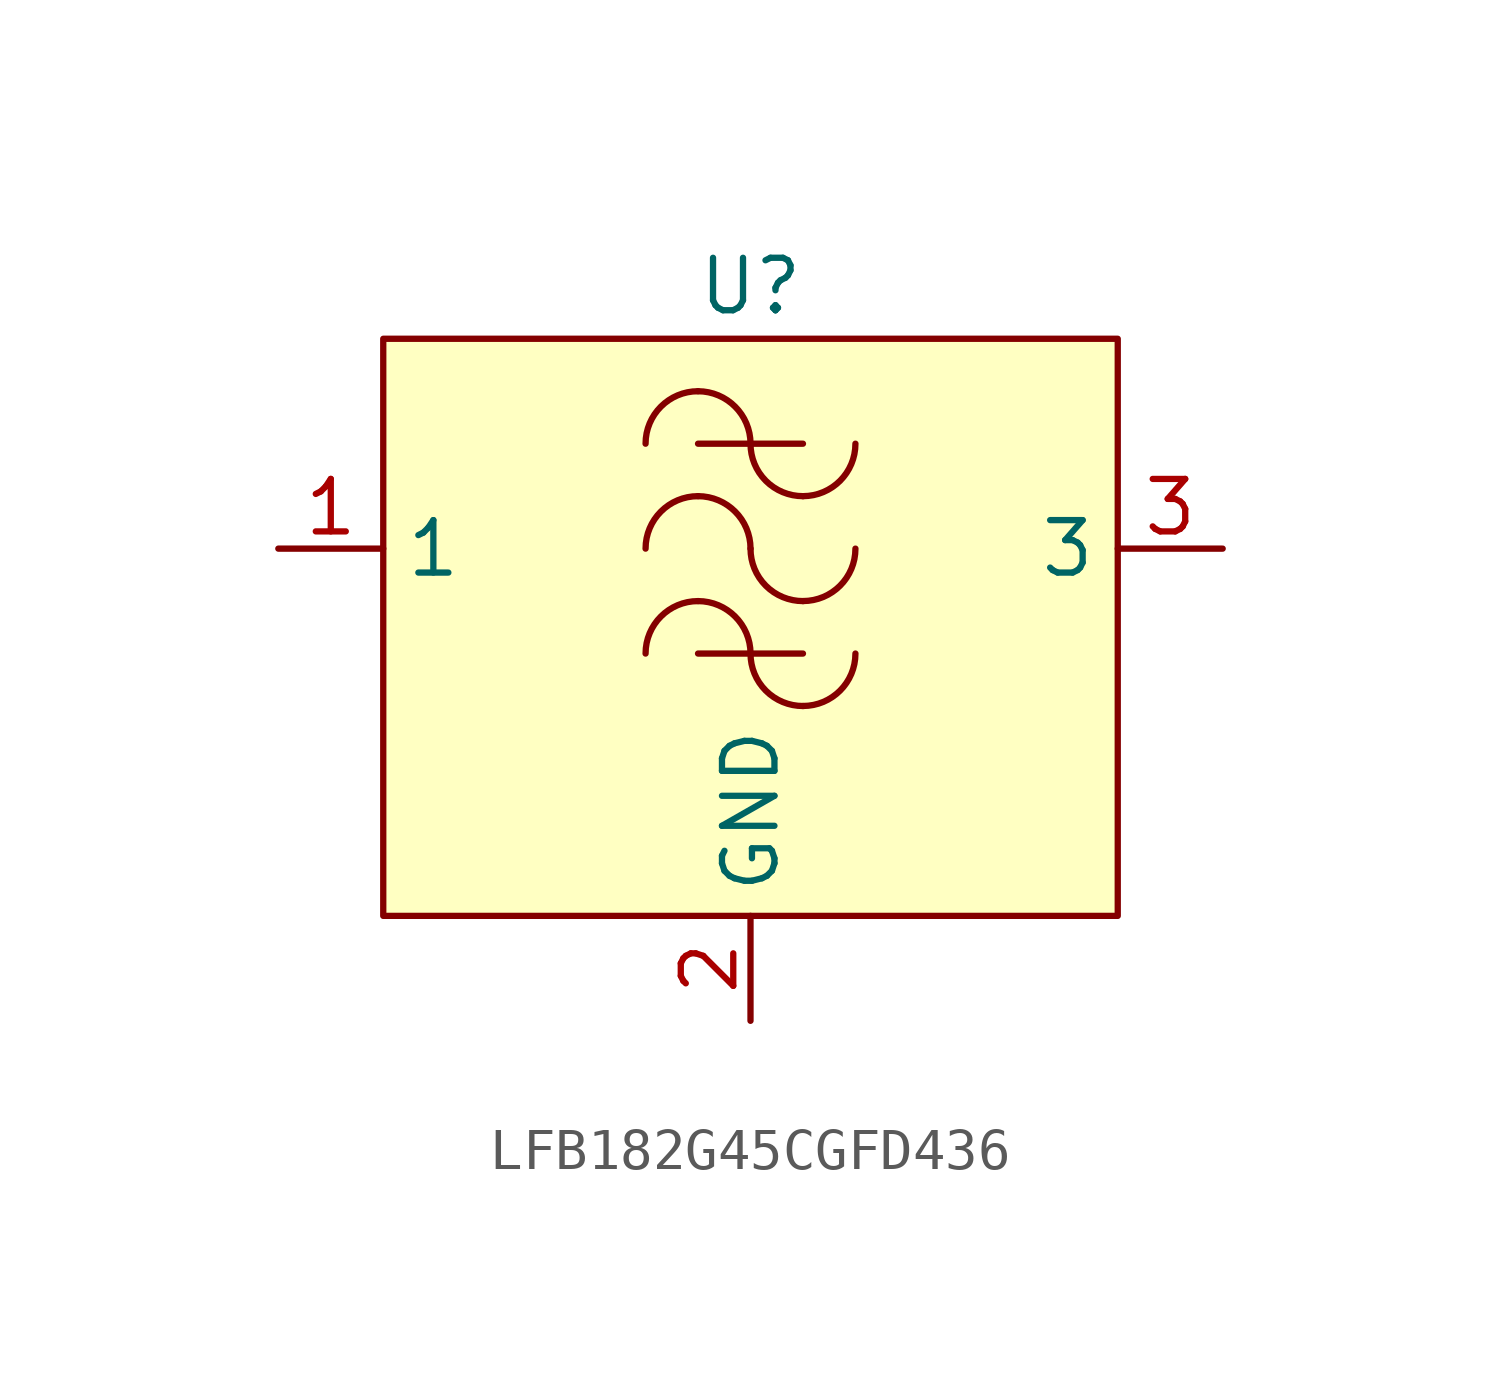
<source format=kicad_sym>
(kicad_symbol_lib
  (version 20220914)
  (generator kicad_symbol_editor)
  (symbol "LFB182G45CGFD436"
    (property "Reference" "U"
      (at 0 6.35 0)
      (effects (font (size 1.27 1.27))))
    (property "Value" ""
      (at 0 0 0)
      (effects (font (size 1.27 1.27))))
    (symbol "LFB182G45CGFD436_1_1"
      (rectangle (start -8.89 5.08) (end 8.89 -8.89) (stroke (width 0) (type default)) (fill (type background)))
      (arc (start -1.2699 -1.2699) (mid -2.1679 -1.6419) (end -2.5399 -2.5399) (stroke (width 0) (type default)) (fill (type none)))
      (arc (start -1.2699 1.2701) (mid -2.1679 0.8981) (end -2.5399 0.0001) (stroke (width 0) (type default)) (fill (type none)))
      (arc (start -1.27 3.81) (mid -2.168 3.438) (end -2.54 2.54) (stroke (width 0) (type default)) (fill (type none)))
      (arc (start 0.0001 -2.5399) (mid -0.3719 -1.6419) (end -1.2699 -1.2699) (stroke (width 0) (type default)) (fill (type none)))
      (arc (start 0.0001 -2.5399) (mid 0.3721 -3.4379) (end 1.2701 -3.8099) (stroke (width 0) (type default)) (fill (type none)))
      (arc (start 0.0001 0.0001) (mid -0.3719 0.8981) (end -1.2699 1.2701) (stroke (width 0) (type default)) (fill (type none)))
      (polyline (pts (xy -1.27 -2.54) (xy 1.27 -2.54)) (stroke (width 0) (type default)) (fill (type none)))
      (polyline (pts (xy -1.27 2.54) (xy 1.27 2.54)) (stroke (width 0) (type default)) (fill (type none)))
      (arc (start 0.0001 0.0001) (mid 0.3721 -0.8979) (end 1.2701 -1.2699) (stroke (width 0) (type default)) (fill (type none)))
      (arc (start 0 2.54) (mid -0.372 3.438) (end -1.27 3.81) (stroke (width 0) (type default)) (fill (type none)))
      (arc (start 0 2.54) (mid 0.372 1.642) (end 1.27 1.27) (stroke (width 0) (type default)) (fill (type none)))
      (arc (start 1.2701 -3.8099) (mid 2.1681 -3.4379) (end 2.5401 -2.5399) (stroke (width 0) (type default)) (fill (type none)))
      (arc (start 1.2701 -1.2699) (mid 2.1681 -0.8979) (end 2.5401 0.0001) (stroke (width 0) (type default)) (fill (type none)))
      (arc (start 1.27 1.27) (mid 2.168 1.642) (end 2.54 2.54) (stroke (width 0) (type default)) (fill (type none)))
      (pin bidirectional line (at -11.43 0 0) (length 2.54) (name "1" (effects (font (size 1.27 1.27)))) (number "1" (effects (font (size 1.27 1.27)))))
      (pin input line (at 0 -11.43 90) (length 2.54) (name "GND" (effects (font (size 1.27 1.27)))) (number "2" (effects (font (size 1.27 1.27)))))
      (pin bidirectional line (at 11.43 0 180) (length 2.54) (name "3" (effects (font (size 1.27 1.27)))) (number "3" (effects (font (size 1.27 1.27))))))))
</source>
